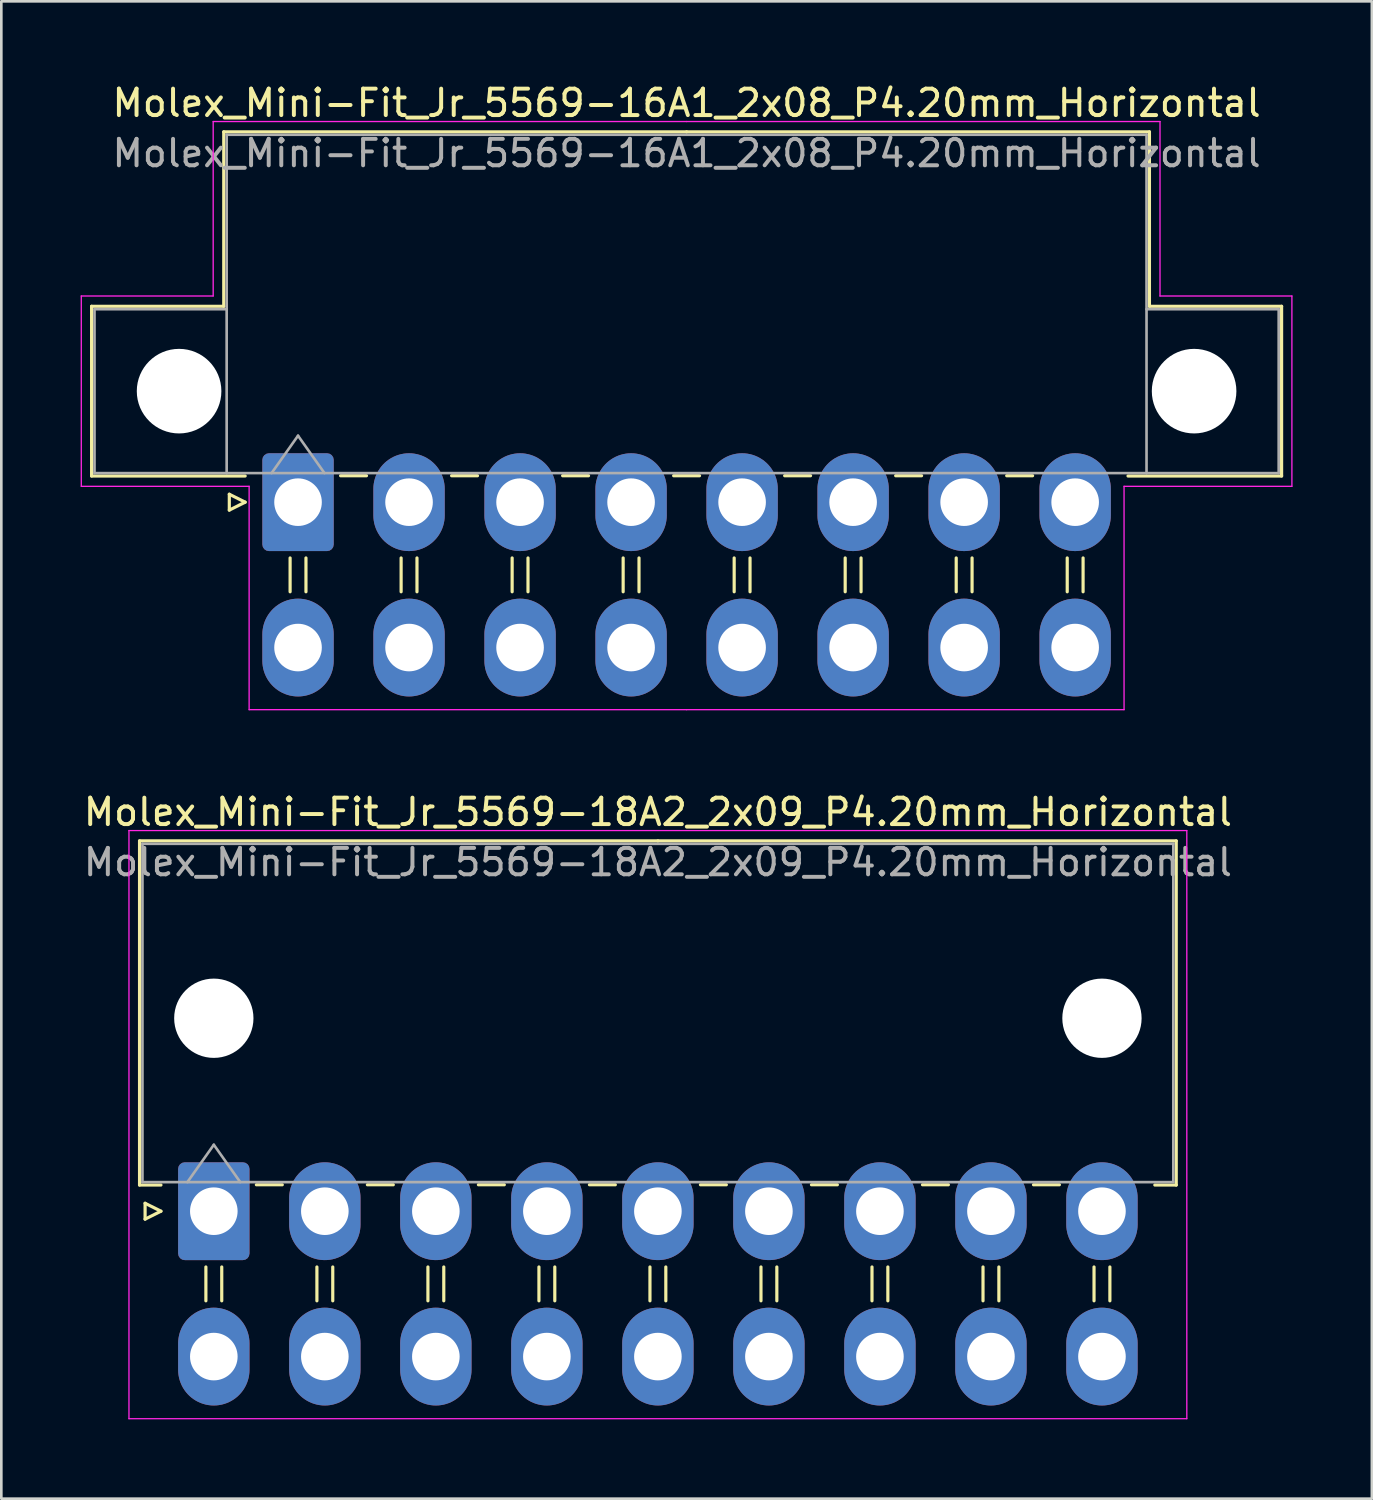
<source format=kicad_pcb>
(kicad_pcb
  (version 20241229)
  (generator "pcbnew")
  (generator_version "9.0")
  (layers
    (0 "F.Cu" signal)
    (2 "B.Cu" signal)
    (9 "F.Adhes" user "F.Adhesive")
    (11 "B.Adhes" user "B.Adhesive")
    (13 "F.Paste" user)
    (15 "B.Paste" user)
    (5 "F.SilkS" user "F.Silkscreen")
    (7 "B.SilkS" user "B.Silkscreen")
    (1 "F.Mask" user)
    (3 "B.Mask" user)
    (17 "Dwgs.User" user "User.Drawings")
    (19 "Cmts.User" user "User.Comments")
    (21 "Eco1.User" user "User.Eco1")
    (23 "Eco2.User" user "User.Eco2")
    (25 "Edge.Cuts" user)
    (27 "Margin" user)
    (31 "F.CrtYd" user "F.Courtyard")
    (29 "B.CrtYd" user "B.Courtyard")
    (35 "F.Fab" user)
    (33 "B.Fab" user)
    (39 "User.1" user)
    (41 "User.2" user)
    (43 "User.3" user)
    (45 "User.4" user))
  (footprint "Molex_Mini-Fit_Jr_5569-16A1_2x08_P4.20mm_Horizontal"
    (layer "F.Cu")
    (at 8.225 15.948)
    (property "Reference" "Molex_Mini-Fit_Jr_5569-16A1_2x08_P4.20mm_Horizontal" (at 14.7 -15.1 0) (layer "F.SilkS") (effects (font (size 1 1) (thickness 0.15))))
    (attr through_hole)
    (fp_line (start -7.81 -7.41) (end -7.81 -0.99) (stroke (width 0.12) (type solid)) (layer "F.SilkS"))
    (fp_line (start -7.81 -0.99) (end -2 -0.99) (stroke (width 0.12) (type solid)) (layer "F.SilkS"))
    (fp_line (start -2.81 -14.01) (end -2.81 -7.41) (stroke (width 0.12) (type solid)) (layer "F.SilkS"))
    (fp_line (start -2.81 -7.41) (end -7.81 -7.41) (stroke (width 0.12) (type solid)) (layer "F.SilkS"))
    (fp_line (start -2.6 -0.3) (end -2 0) (stroke (width 0.12) (type solid)) (layer "F.SilkS"))
    (fp_line (start -2.6 0.3) (end -2.6 -0.3) (stroke (width 0.12) (type solid)) (layer "F.SilkS"))
    (fp_line (start -2 0) (end -2.6 0.3) (stroke (width 0.12) (type solid)) (layer "F.SilkS"))
    (fp_line (start -0.3 2.11) (end -0.3 3.39) (stroke (width 0.12) (type solid)) (layer "F.SilkS"))
    (fp_line (start 0.3 2.11) (end 0.3 3.39) (stroke (width 0.12) (type solid)) (layer "F.SilkS"))
    (fp_line (start 1.61 -1) (end 2.59 -1) (stroke (width 0.12) (type solid)) (layer "F.SilkS"))
    (fp_line (start 3.9 2.11) (end 3.9 3.39) (stroke (width 0.12) (type solid)) (layer "F.SilkS"))
    (fp_line (start 4.5 2.11) (end 4.5 3.39) (stroke (width 0.12) (type solid)) (layer "F.SilkS"))
    (fp_line (start 5.81 -1) (end 6.79 -1) (stroke (width 0.12) (type solid)) (layer "F.SilkS"))
    (fp_line (start 8.1 2.11) (end 8.1 3.39) (stroke (width 0.12) (type solid)) (layer "F.SilkS"))
    (fp_line (start 8.7 2.11) (end 8.7 3.39) (stroke (width 0.12) (type solid)) (layer "F.SilkS"))
    (fp_line (start 10.01 -1) (end 10.99 -1) (stroke (width 0.12) (type solid)) (layer "F.SilkS"))
    (fp_line (start 12.3 2.11) (end 12.3 3.39) (stroke (width 0.12) (type solid)) (layer "F.SilkS"))
    (fp_line (start 12.9 2.11) (end 12.9 3.39) (stroke (width 0.12) (type solid)) (layer "F.SilkS"))
    (fp_line (start 14.21 -1) (end 15.19 -1) (stroke (width 0.12) (type solid)) (layer "F.SilkS"))
    (fp_line (start 14.7 -14.01) (end -2.81 -14.01) (stroke (width 0.12) (type solid)) (layer "F.SilkS"))
    (fp_line (start 14.7 -14.01) (end 32.21 -14.01) (stroke (width 0.12) (type solid)) (layer "F.SilkS"))
    (fp_line (start 16.5 2.11) (end 16.5 3.39) (stroke (width 0.12) (type solid)) (layer "F.SilkS"))
    (fp_line (start 17.1 2.11) (end 17.1 3.39) (stroke (width 0.12) (type solid)) (layer "F.SilkS"))
    (fp_line (start 18.41 -1) (end 19.39 -1) (stroke (width 0.12) (type solid)) (layer "F.SilkS"))
    (fp_line (start 20.7 2.11) (end 20.7 3.39) (stroke (width 0.12) (type solid)) (layer "F.SilkS"))
    (fp_line (start 21.3 2.11) (end 21.3 3.39) (stroke (width 0.12) (type solid)) (layer "F.SilkS"))
    (fp_line (start 22.61 -1) (end 23.59 -1) (stroke (width 0.12) (type solid)) (layer "F.SilkS"))
    (fp_line (start 24.9 2.11) (end 24.9 3.39) (stroke (width 0.12) (type solid)) (layer "F.SilkS"))
    (fp_line (start 25.5 2.11) (end 25.5 3.39) (stroke (width 0.12) (type solid)) (layer "F.SilkS"))
    (fp_line (start 26.81 -1) (end 27.79 -1) (stroke (width 0.12) (type solid)) (layer "F.SilkS"))
    (fp_line (start 29.1 2.11) (end 29.1 3.39) (stroke (width 0.12) (type solid)) (layer "F.SilkS"))
    (fp_line (start 29.7 2.11) (end 29.7 3.39) (stroke (width 0.12) (type solid)) (layer "F.SilkS"))
    (fp_line (start 32.21 -14.01) (end 32.21 -7.41) (stroke (width 0.12) (type solid)) (layer "F.SilkS"))
    (fp_line (start 32.21 -7.41) (end 37.21 -7.41) (stroke (width 0.12) (type solid)) (layer "F.SilkS"))
    (fp_line (start 37.21 -7.41) (end 37.21 -0.99) (stroke (width 0.12) (type solid)) (layer "F.SilkS"))
    (fp_line (start 37.21 -0.99) (end 31.4 -0.99) (stroke (width 0.12) (type solid)) (layer "F.SilkS"))
    (fp_line (start -8.2 -7.8) (end -8.2 -0.6) (stroke (width 0.05) (type solid)) (layer "F.CrtYd"))
    (fp_line (start -8.2 -0.6) (end -1.85 -0.6) (stroke (width 0.05) (type solid)) (layer "F.CrtYd"))
    (fp_line (start -3.21 -14.4) (end -3.21 -7.8) (stroke (width 0.05) (type solid)) (layer "F.CrtYd"))
    (fp_line (start -3.21 -7.8) (end -8.2 -7.8) (stroke (width 0.05) (type solid)) (layer "F.CrtYd"))
    (fp_line (start -1.85 -0.6) (end -1.85 7.85) (stroke (width 0.05) (type solid)) (layer "F.CrtYd"))
    (fp_line (start -1.85 7.85) (end 14.7 7.85) (stroke (width 0.05) (type solid)) (layer "F.CrtYd"))
    (fp_line (start 14.7 -14.4) (end -3.21 -14.4) (stroke (width 0.05) (type solid)) (layer "F.CrtYd"))
    (fp_line (start 14.7 -14.4) (end 32.61 -14.4) (stroke (width 0.05) (type solid)) (layer "F.CrtYd"))
    (fp_line (start 31.25 -0.6) (end 31.25 7.85) (stroke (width 0.05) (type solid)) (layer "F.CrtYd"))
    (fp_line (start 31.25 7.85) (end 14.7 7.85) (stroke (width 0.05) (type solid)) (layer "F.CrtYd"))
    (fp_line (start 32.61 -14.4) (end 32.61 -7.8) (stroke (width 0.05) (type solid)) (layer "F.CrtYd"))
    (fp_line (start 32.61 -7.8) (end 37.6 -7.8) (stroke (width 0.05) (type solid)) (layer "F.CrtYd"))
    (fp_line (start 37.6 -7.8) (end 37.6 -0.6) (stroke (width 0.05) (type solid)) (layer "F.CrtYd"))
    (fp_line (start 37.6 -0.6) (end 31.25 -0.6) (stroke (width 0.05) (type solid)) (layer "F.CrtYd"))
    (fp_line (start -7.7 -7.3) (end -7.7 -1.1) (stroke (width 0.1) (type solid)) (layer "F.Fab"))
    (fp_line (start -7.7 -1.1) (end -2.7 -1.1) (stroke (width 0.1) (type solid)) (layer "F.Fab"))
    (fp_line (start -2.7 -13.9) (end -2.7 -1.1) (stroke (width 0.1) (type solid)) (layer "F.Fab"))
    (fp_line (start -2.7 -7.3) (end -7.7 -7.3) (stroke (width 0.1) (type solid)) (layer "F.Fab"))
    (fp_line (start -2.7 -1.1) (end 32.1 -1.1) (stroke (width 0.1) (type solid)) (layer "F.Fab"))
    (fp_line (start -1 -1.1) (end 0 -2.514) (stroke (width 0.1) (type solid)) (layer "F.Fab"))
    (fp_line (start 0 -2.514) (end 1 -1.1) (stroke (width 0.1) (type solid)) (layer "F.Fab"))
    (fp_line (start 32.1 -13.9) (end -2.7 -13.9) (stroke (width 0.1) (type solid)) (layer "F.Fab"))
    (fp_line (start 32.1 -7.3) (end 37.1 -7.3) (stroke (width 0.1) (type solid)) (layer "F.Fab"))
    (fp_line (start 32.1 -1.1) (end 32.1 -13.9) (stroke (width 0.1) (type solid)) (layer "F.Fab"))
    (fp_line (start 37.1 -7.3) (end 37.1 -1.1) (stroke (width 0.1) (type solid)) (layer "F.Fab"))
    (fp_line (start 37.1 -1.1) (end 32.1 -1.1) (stroke (width 0.1) (type solid)) (layer "F.Fab"))
    (fp_text user "${REFERENCE}" (at 14.7 -13.2 0) (layer "F.Fab") (effects (font (size 1 1) (thickness 0.15))))
    (pad "" np_thru_hole circle (at -4.5 -4.2) (size 3.2 3.2) (drill 3.2) (layers "*.Cu" "*.Mask"))
    (pad "" np_thru_hole circle (at 33.9 -4.2) (size 3.2 3.2) (drill 3.2) (layers "*.Cu" "*.Mask"))
    (pad "1" thru_hole roundrect (at 0 0) (size 2.7 3.7) (drill 1.8) (layers "*.Cu" "*.Mask") (roundrect_rratio 0.093))
    (pad "2" thru_hole oval (at 4.2 0) (size 2.7 3.7) (drill 1.8) (layers "*.Cu" "*.Mask"))
    (pad "3" thru_hole oval (at 8.4 0) (size 2.7 3.7) (drill 1.8) (layers "*.Cu" "*.Mask"))
    (pad "4" thru_hole oval (at 12.6 0) (size 2.7 3.7) (drill 1.8) (layers "*.Cu" "*.Mask"))
    (pad "5" thru_hole oval (at 16.8 0) (size 2.7 3.7) (drill 1.8) (layers "*.Cu" "*.Mask"))
    (pad "6" thru_hole oval (at 21 0) (size 2.7 3.7) (drill 1.8) (layers "*.Cu" "*.Mask"))
    (pad "7" thru_hole oval (at 25.2 0) (size 2.7 3.7) (drill 1.8) (layers "*.Cu" "*.Mask"))
    (pad "8" thru_hole oval (at 29.4 0) (size 2.7 3.7) (drill 1.8) (layers "*.Cu" "*.Mask"))
    (pad "9" thru_hole oval (at 0 5.5) (size 2.7 3.7) (drill 1.8) (layers "*.Cu" "*.Mask"))
    (pad "10" thru_hole oval (at 4.2 5.5) (size 2.7 3.7) (drill 1.8) (layers "*.Cu" "*.Mask"))
    (pad "11" thru_hole oval (at 8.4 5.5) (size 2.7 3.7) (drill 1.8) (layers "*.Cu" "*.Mask"))
    (pad "12" thru_hole oval (at 12.6 5.5) (size 2.7 3.7) (drill 1.8) (layers "*.Cu" "*.Mask"))
    (pad "13" thru_hole oval (at 16.8 5.5) (size 2.7 3.7) (drill 1.8) (layers "*.Cu" "*.Mask"))
    (pad "14" thru_hole oval (at 21 5.5) (size 2.7 3.7) (drill 1.8) (layers "*.Cu" "*.Mask"))
    (pad "15" thru_hole oval (at 25.2 5.5) (size 2.7 3.7) (drill 1.8) (layers "*.Cu" "*.Mask"))
    (pad "16" thru_hole oval (at 29.4 5.5) (size 2.7 3.7) (drill 1.8) (layers "*.Cu" "*.Mask")))
  (footprint "Molex_Mini-Fit_Jr_5569-18A2_2x09_P4.20mm_Horizontal"
    (layer "F.Cu")
    (at 5.039 42.772)
    (property "Reference" "Molex_Mini-Fit_Jr_5569-18A2_2x09_P4.20mm_Horizontal" (at 16.8 -15.1 0) (layer "F.SilkS") (effects (font (size 1 1) (thickness 0.15))))
    (attr through_hole)
    (fp_line (start -2.81 -14.01) (end 16.8 -14.01) (stroke (width 0.12) (type solid)) (layer "F.SilkS"))
    (fp_line (start -2.81 -0.99) (end -2.81 -14.01) (stroke (width 0.12) (type solid)) (layer "F.SilkS"))
    (fp_line (start -2.6 -0.3) (end -2 0) (stroke (width 0.12) (type solid)) (layer "F.SilkS"))
    (fp_line (start -2.6 0.3) (end -2.6 -0.3) (stroke (width 0.12) (type solid)) (layer "F.SilkS"))
    (fp_line (start -2 -0.99) (end -2.81 -0.99) (stroke (width 0.12) (type solid)) (layer "F.SilkS"))
    (fp_line (start -2 0) (end -2.6 0.3) (stroke (width 0.12) (type solid)) (layer "F.SilkS"))
    (fp_line (start -0.3 2.11) (end -0.3 3.39) (stroke (width 0.12) (type solid)) (layer "F.SilkS"))
    (fp_line (start 0.3 2.11) (end 0.3 3.39) (stroke (width 0.12) (type solid)) (layer "F.SilkS"))
    (fp_line (start 1.61 -1) (end 2.59 -1) (stroke (width 0.12) (type solid)) (layer "F.SilkS"))
    (fp_line (start 3.9 2.11) (end 3.9 3.39) (stroke (width 0.12) (type solid)) (layer "F.SilkS"))
    (fp_line (start 4.5 2.11) (end 4.5 3.39) (stroke (width 0.12) (type solid)) (layer "F.SilkS"))
    (fp_line (start 5.81 -1) (end 6.79 -1) (stroke (width 0.12) (type solid)) (layer "F.SilkS"))
    (fp_line (start 8.1 2.11) (end 8.1 3.39) (stroke (width 0.12) (type solid)) (layer "F.SilkS"))
    (fp_line (start 8.7 2.11) (end 8.7 3.39) (stroke (width 0.12) (type solid)) (layer "F.SilkS"))
    (fp_line (start 10.01 -1) (end 10.99 -1) (stroke (width 0.12) (type solid)) (layer "F.SilkS"))
    (fp_line (start 12.3 2.11) (end 12.3 3.39) (stroke (width 0.12) (type solid)) (layer "F.SilkS"))
    (fp_line (start 12.9 2.11) (end 12.9 3.39) (stroke (width 0.12) (type solid)) (layer "F.SilkS"))
    (fp_line (start 14.21 -1) (end 15.19 -1) (stroke (width 0.12) (type solid)) (layer "F.SilkS"))
    (fp_line (start 16.5 2.11) (end 16.5 3.39) (stroke (width 0.12) (type solid)) (layer "F.SilkS"))
    (fp_line (start 17.1 2.11) (end 17.1 3.39) (stroke (width 0.12) (type solid)) (layer "F.SilkS"))
    (fp_line (start 18.41 -1) (end 19.39 -1) (stroke (width 0.12) (type solid)) (layer "F.SilkS"))
    (fp_line (start 20.7 2.11) (end 20.7 3.39) (stroke (width 0.12) (type solid)) (layer "F.SilkS"))
    (fp_line (start 21.3 2.11) (end 21.3 3.39) (stroke (width 0.12) (type solid)) (layer "F.SilkS"))
    (fp_line (start 22.61 -1) (end 23.59 -1) (stroke (width 0.12) (type solid)) (layer "F.SilkS"))
    (fp_line (start 24.9 2.11) (end 24.9 3.39) (stroke (width 0.12) (type solid)) (layer "F.SilkS"))
    (fp_line (start 25.5 2.11) (end 25.5 3.39) (stroke (width 0.12) (type solid)) (layer "F.SilkS"))
    (fp_line (start 26.81 -1) (end 27.79 -1) (stroke (width 0.12) (type solid)) (layer "F.SilkS"))
    (fp_line (start 29.1 2.11) (end 29.1 3.39) (stroke (width 0.12) (type solid)) (layer "F.SilkS"))
    (fp_line (start 29.7 2.11) (end 29.7 3.39) (stroke (width 0.12) (type solid)) (layer "F.SilkS"))
    (fp_line (start 31.01 -1) (end 31.99 -1) (stroke (width 0.12) (type solid)) (layer "F.SilkS"))
    (fp_line (start 33.3 2.11) (end 33.3 3.39) (stroke (width 0.12) (type solid)) (layer "F.SilkS"))
    (fp_line (start 33.9 2.11) (end 33.9 3.39) (stroke (width 0.12) (type solid)) (layer "F.SilkS"))
    (fp_line (start 35.6 -0.99) (end 36.41 -0.99) (stroke (width 0.12) (type solid)) (layer "F.SilkS"))
    (fp_line (start 36.41 -14.01) (end 16.8 -14.01) (stroke (width 0.12) (type solid)) (layer "F.SilkS"))
    (fp_line (start 36.41 -0.99) (end 36.41 -14.01) (stroke (width 0.12) (type solid)) (layer "F.SilkS"))
    (fp_line (start -3.21 -14.4) (end -3.21 7.85) (stroke (width 0.05) (type solid)) (layer "F.CrtYd"))
    (fp_line (start -3.21 7.85) (end 36.81 7.85) (stroke (width 0.05) (type solid)) (layer "F.CrtYd"))
    (fp_line (start 36.81 -14.4) (end -3.21 -14.4) (stroke (width 0.05) (type solid)) (layer "F.CrtYd"))
    (fp_line (start 36.81 7.85) (end 36.81 -14.4) (stroke (width 0.05) (type solid)) (layer "F.CrtYd"))
    (fp_line (start -2.7 -13.9) (end -2.7 -1.1) (stroke (width 0.1) (type solid)) (layer "F.Fab"))
    (fp_line (start -2.7 -1.1) (end 36.3 -1.1) (stroke (width 0.1) (type solid)) (layer "F.Fab"))
    (fp_line (start -1 -1.1) (end 0 -2.514) (stroke (width 0.1) (type solid)) (layer "F.Fab"))
    (fp_line (start 0 -2.514) (end 1 -1.1) (stroke (width 0.1) (type solid)) (layer "F.Fab"))
    (fp_line (start 36.3 -13.9) (end -2.7 -13.9) (stroke (width 0.1) (type solid)) (layer "F.Fab"))
    (fp_line (start 36.3 -1.1) (end 36.3 -13.9) (stroke (width 0.1) (type solid)) (layer "F.Fab"))
    (fp_text user "${REFERENCE}" (at 16.8 -13.2 0) (layer "F.Fab") (effects (font (size 1 1) (thickness 0.15))))
    (pad "" np_thru_hole circle (at 0 -7.3) (size 3 3) (drill 3) (layers "*.Cu" "*.Mask"))
    (pad "" np_thru_hole circle (at 33.6 -7.3) (size 3 3) (drill 3) (layers "*.Cu" "*.Mask"))
    (pad "1" thru_hole roundrect (at 0 0) (size 2.7 3.7) (drill 1.8) (layers "*.Cu" "*.Mask") (roundrect_rratio 0.093))
    (pad "2" thru_hole oval (at 4.2 0) (size 2.7 3.7) (drill 1.8) (layers "*.Cu" "*.Mask"))
    (pad "3" thru_hole oval (at 8.4 0) (size 2.7 3.7) (drill 1.8) (layers "*.Cu" "*.Mask"))
    (pad "4" thru_hole oval (at 12.6 0) (size 2.7 3.7) (drill 1.8) (layers "*.Cu" "*.Mask"))
    (pad "5" thru_hole oval (at 16.8 0) (size 2.7 3.7) (drill 1.8) (layers "*.Cu" "*.Mask"))
    (pad "6" thru_hole oval (at 21 0) (size 2.7 3.7) (drill 1.8) (layers "*.Cu" "*.Mask"))
    (pad "7" thru_hole oval (at 25.2 0) (size 2.7 3.7) (drill 1.8) (layers "*.Cu" "*.Mask"))
    (pad "8" thru_hole oval (at 29.4 0) (size 2.7 3.7) (drill 1.8) (layers "*.Cu" "*.Mask"))
    (pad "9" thru_hole oval (at 33.6 0) (size 2.7 3.7) (drill 1.8) (layers "*.Cu" "*.Mask"))
    (pad "10" thru_hole oval (at 0 5.5) (size 2.7 3.7) (drill 1.8) (layers "*.Cu" "*.Mask"))
    (pad "11" thru_hole oval (at 4.2 5.5) (size 2.7 3.7) (drill 1.8) (layers "*.Cu" "*.Mask"))
    (pad "12" thru_hole oval (at 8.4 5.5) (size 2.7 3.7) (drill 1.8) (layers "*.Cu" "*.Mask"))
    (pad "13" thru_hole oval (at 12.6 5.5) (size 2.7 3.7) (drill 1.8) (layers "*.Cu" "*.Mask"))
    (pad "14" thru_hole oval (at 16.8 5.5) (size 2.7 3.7) (drill 1.8) (layers "*.Cu" "*.Mask"))
    (pad "15" thru_hole oval (at 21 5.5) (size 2.7 3.7) (drill 1.8) (layers "*.Cu" "*.Mask"))
    (pad "16" thru_hole oval (at 25.2 5.5) (size 2.7 3.7) (drill 1.8) (layers "*.Cu" "*.Mask"))
    (pad "17" thru_hole oval (at 29.4 5.5) (size 2.7 3.7) (drill 1.8) (layers "*.Cu" "*.Mask"))
    (pad "18" thru_hole oval (at 33.6 5.5) (size 2.7 3.7) (drill 1.8) (layers "*.Cu" "*.Mask")))
  (gr_rect
    (start -3 -3)
    (end 48.85 53.647)
    (stroke (width 0.1) (type default))
    (fill no)
    (layer "Edge.Cuts")))
</source>
